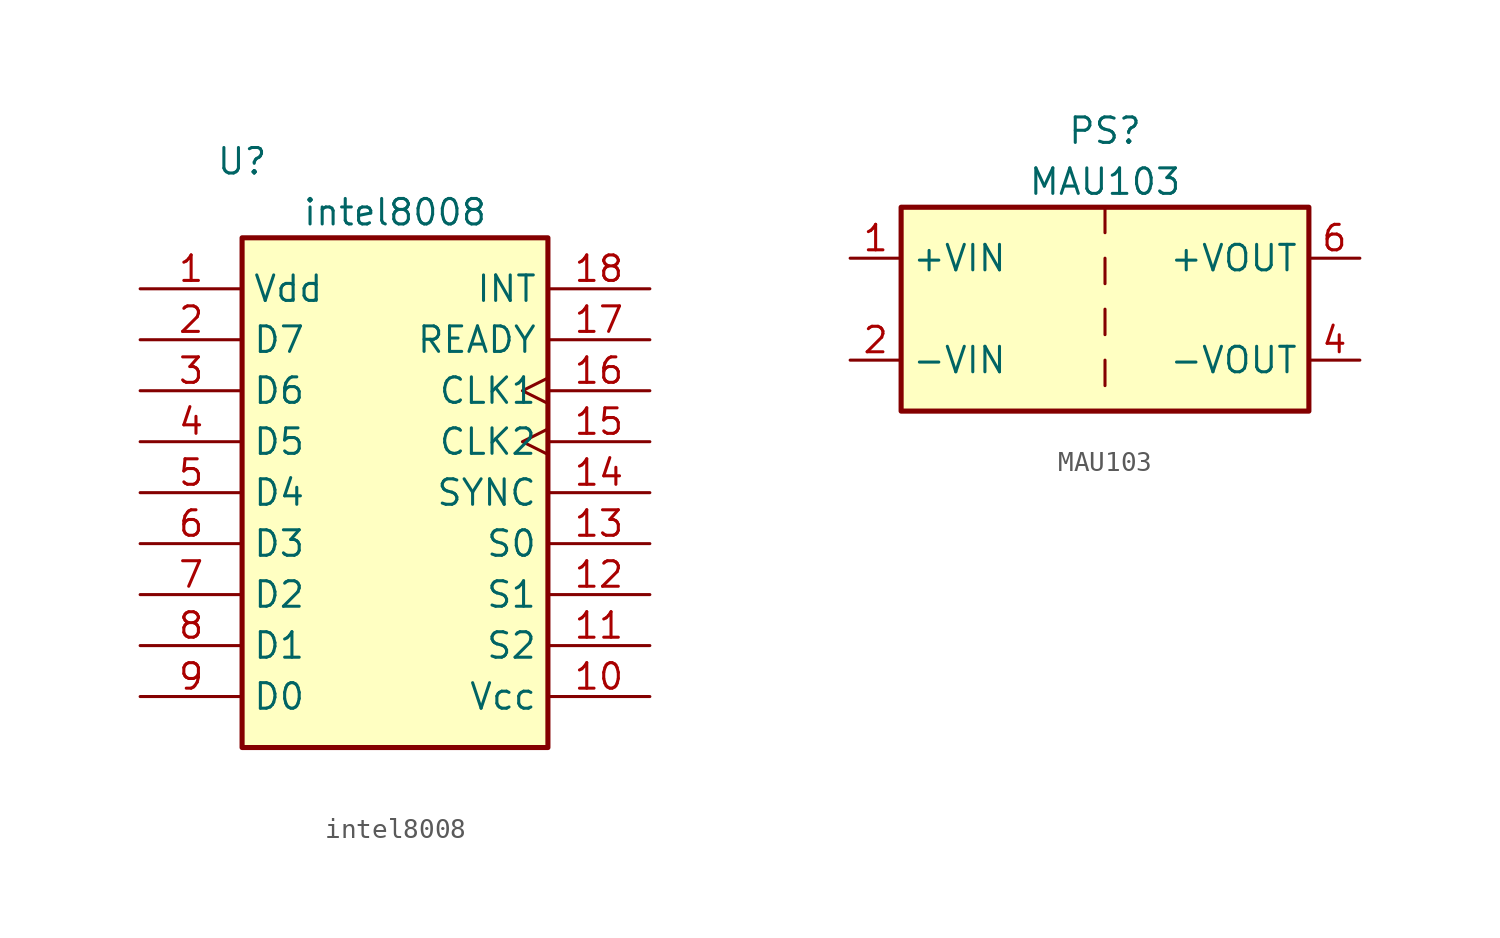
<source format=kicad_sym>
(kicad_symbol_lib
  (version 20231120)
  (generator "kicad_symbol_editor")
  (generator_version "8.0")
  (symbol "intel8008"
    (property "Reference" "U"
      (at -7.62 16.51 0)
      (effects (font (size 1.27 1.27))))
    (property "Value" "intel8008"
      (at 0 13.97 0)
      (effects (font (size 1.27 1.27))))
    (symbol "intel8008_1_0"
      (pin power_in line (at -12.7 10.16 0) (length 5.08) (name "Vdd" (effects (font (size 1.27 1.27)))) (number "1" (effects (font (size 1.27 1.27)))))
      (pin power_in line (at 12.7 -10.16 180) (length 5.08) (name "Vcc" (effects (font (size 1.27 1.27)))) (number "10" (effects (font (size 1.27 1.27)))))
      (pin output line (at 12.7 -7.62 180) (length 5.08) (name "S2" (effects (font (size 1.27 1.27)))) (number "11" (effects (font (size 1.27 1.27)))))
      (pin output line (at 12.7 -5.08 180) (length 5.08) (name "S1" (effects (font (size 1.27 1.27)))) (number "12" (effects (font (size 1.27 1.27)))))
      (pin output line (at 12.7 -2.54 180) (length 5.08) (name "S0" (effects (font (size 1.27 1.27)))) (number "13" (effects (font (size 1.27 1.27)))))
      (pin output line (at 12.7 0 180) (length 5.08) (name "SYNC" (effects (font (size 1.27 1.27)))) (number "14" (effects (font (size 1.27 1.27)))))
      (pin output clock (at 12.7 2.54 180) (length 5.08) (name "CLK2" (effects (font (size 1.27 1.27)))) (number "15" (effects (font (size 1.27 1.27)))))
      (pin output clock (at 12.7 5.08 180) (length 5.08) (name "CLK1" (effects (font (size 1.27 1.27)))) (number "16" (effects (font (size 1.27 1.27)))))
      (pin input line (at 12.7 7.62 180) (length 5.08) (name "READY" (effects (font (size 1.27 1.27)))) (number "17" (effects (font (size 1.27 1.27)))))
      (pin input line (at 12.7 10.16 180) (length 5.08) (name "INT" (effects (font (size 1.27 1.27)))) (number "18" (effects (font (size 1.27 1.27)))))
      (pin bidirectional line (at -12.7 7.62 0) (length 5.08) (name "D7" (effects (font (size 1.27 1.27)))) (number "2" (effects (font (size 1.27 1.27)))))
      (pin bidirectional line (at -12.7 5.08 0) (length 5.08) (name "D6" (effects (font (size 1.27 1.27)))) (number "3" (effects (font (size 1.27 1.27)))))
      (pin bidirectional line (at -12.7 2.54 0) (length 5.08) (name "D5" (effects (font (size 1.27 1.27)))) (number "4" (effects (font (size 1.27 1.27)))))
      (pin bidirectional line (at -12.7 0 0) (length 5.08) (name "D4" (effects (font (size 1.27 1.27)))) (number "5" (effects (font (size 1.27 1.27)))))
      (pin bidirectional line (at -12.7 -2.54 0) (length 5.08) (name "D3" (effects (font (size 1.27 1.27)))) (number "6" (effects (font (size 1.27 1.27)))))
      (pin bidirectional line (at -12.7 -5.08 0) (length 5.08) (name "D2" (effects (font (size 1.27 1.27)))) (number "7" (effects (font (size 1.27 1.27)))))
      (pin bidirectional line (at -12.7 -7.62 0) (length 5.08) (name "D1" (effects (font (size 1.27 1.27)))) (number "8" (effects (font (size 1.27 1.27)))))
      (pin bidirectional line (at -12.7 -10.16 0) (length 5.08) (name "D0" (effects (font (size 1.27 1.27)))) (number "9" (effects (font (size 1.27 1.27))))))
    (symbol "intel8008_1_1"
      (rectangle (start -7.62 12.7) (end 7.62 -12.7) (stroke (width 0.254) (type default)) (fill (type background)))))
  (symbol "MAU103"
    (property "Reference" "PS"
      (at 0 11.43 0)
      (effects (font (size 1.27 1.27))))
    (property "Value" "MAU103"
      (at 0 8.89 0)
      (effects (font (size 1.27 1.27))))
    (symbol "MAU103_0_1"
      (rectangle (start -10.16 7.62) (end 10.16 -2.54) (stroke (width 0.254) (type default)) (fill (type background)))
      (polyline (pts (xy 0 0) (xy 0 -1.27)) (stroke (width 0) (type default)) (fill (type none)))
      (polyline (pts (xy 0 2.54) (xy 0 1.27)) (stroke (width 0) (type default)) (fill (type none)))
      (polyline (pts (xy 0 5.08) (xy 0 3.81)) (stroke (width 0) (type default)) (fill (type none)))
      (polyline (pts (xy 0 7.62) (xy 0 6.35)) (stroke (width 0) (type default)) (fill (type none))))
    (symbol "MAU103_1_1"
      (pin power_in line (at -12.7 5.08 0) (length 2.54) (name "+VIN" (effects (font (size 1.27 1.27)))) (number "1" (effects (font (size 1.27 1.27)))))
      (pin power_in line (at -12.7 0 0) (length 2.54) (name "-VIN" (effects (font (size 1.27 1.27)))) (number "2" (effects (font (size 1.27 1.27)))))
      (pin power_out line (at 12.7 0 180) (length 2.54) (name "-VOUT" (effects (font (size 1.27 1.27)))) (number "4" (effects (font (size 1.27 1.27)))))
      (pin power_out line (at 12.7 5.08 180) (length 2.54) (name "+VOUT" (effects (font (size 1.27 1.27)))) (number "6" (effects (font (size 1.27 1.27))))))))
</source>
